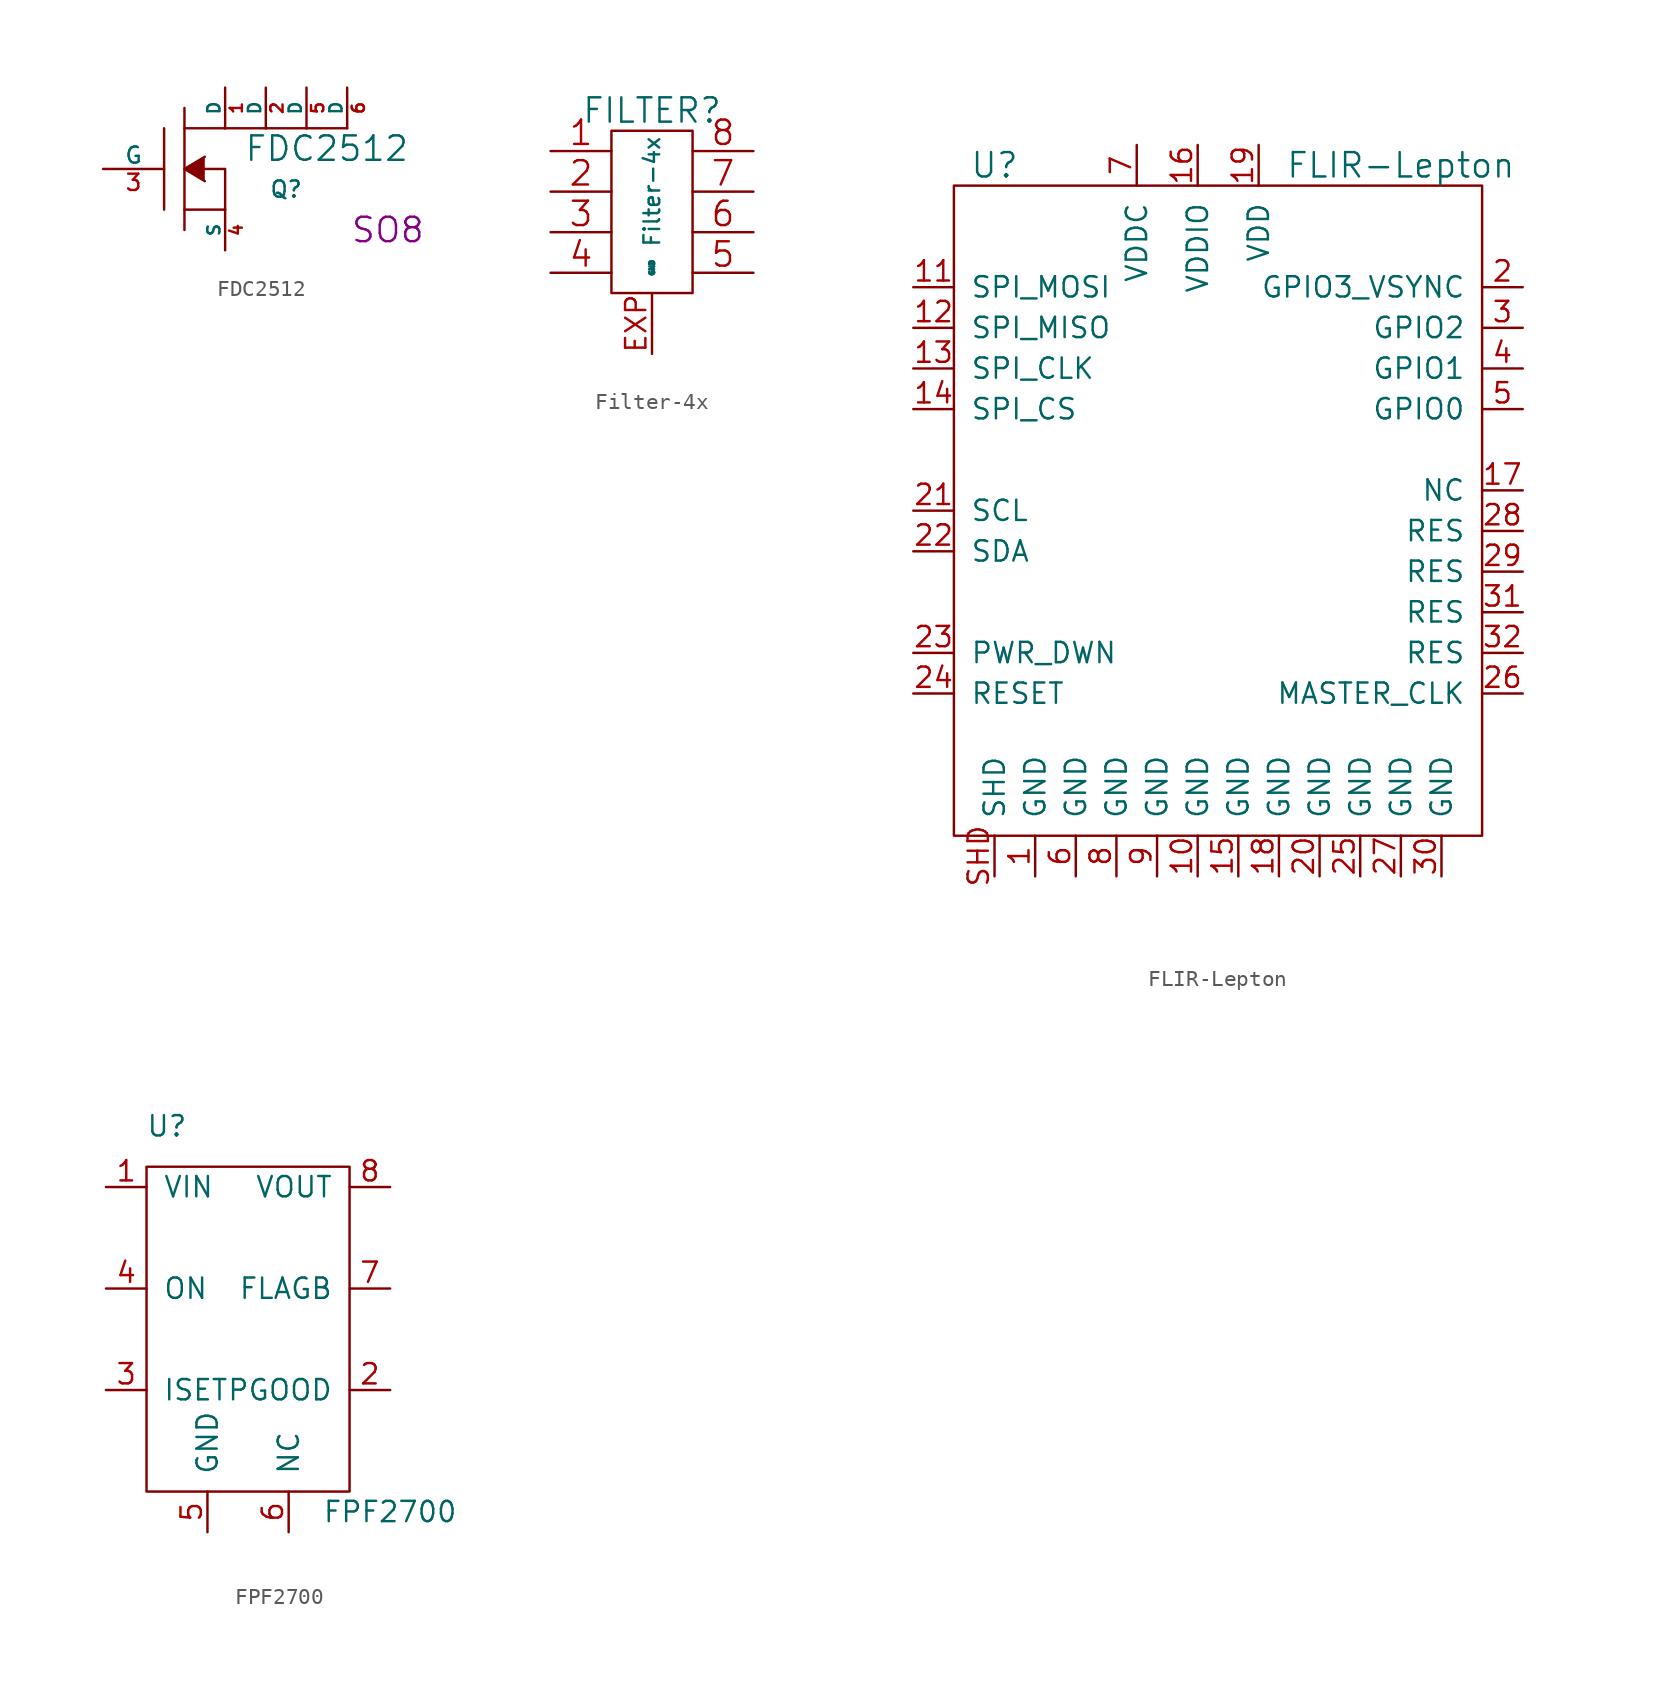
<source format=kicad_sym>
(kicad_symbol_lib
  (version 20211014)
  (generator kicad_symbol_editor)
  (symbol "FDC2512"
    (pin_names
      (offset 0))
    (property "Reference" "Q"
      (at 6.35 -1.27 0)
      (effects (font (size 1.016 1.016))))
    (property "Value" "FDC2512"
      (at 8.89 1.27 0)
      (effects (font (size 1.524 1.524))))
    (property "Footprint" "SO8"
      (at 12.7 -3.81 0)
      (effects (font (size 1.524 1.524))))
    (property "Datasheet" ""
      (at 0 0 0)
      (effects (font (size 1.524 1.524))))
    (symbol "FDC2512_0_1"
      (polyline (pts (xy -1.27 -2.54) (xy -1.27 2.54)) (stroke (width 0) (type default) (color 0 0 0 0)) (fill (type none)))
      (polyline (pts (xy 0 -3.81) (xy 0 3.81)) (stroke (width 0) (type default) (color 0 0 0 0)) (fill (type none)))
      (polyline (pts (xy 2.54 -2.54) (xy 0 -2.54)) (stroke (width 0) (type default) (color 0 0 0 0)) (fill (type none)))
      (polyline (pts (xy 2.54 2.54) (xy 0 2.54)) (stroke (width 0) (type default) (color 0 0 0 0)) (fill (type none)))
      (polyline (pts (xy 1.27 -0.762) (xy 0 0) (xy 1.27 0.762)) (stroke (width 0) (type default) (color 0 0 0 0)) (fill (type outline)))
      (polyline (pts (xy 2.54 -2.54) (xy 2.54 0) (xy 1.27 0)) (stroke (width 0) (type default) (color 0 0 0 0)) (fill (type none)))
      (polyline (pts (xy 2.54 2.54) (xy 5.08 2.54) (xy 5.08 2.54)) (stroke (width 0) (type default) (color 0 0 0 0)) (fill (type none)))
      (polyline (pts (xy 5.08 2.54) (xy 7.62 2.54) (xy 7.62 2.54)) (stroke (width 0) (type default) (color 0 0 0 0)) (fill (type none)))
      (polyline (pts (xy 7.62 2.54) (xy 10.16 2.54) (xy 10.16 2.54)) (stroke (width 0) (type default) (color 0 0 0 0)) (fill (type none))))
    (symbol "FDC2512_1_1"
      (pin passive line (at 2.54 5.08 270) (length 2.54) (name "D" (effects (font (size 0.762 0.762)))) (number "1" (effects (font (size 0.762 0.762)))))
      (pin passive line (at 5.08 5.08 270) (length 2.54) (name "D" (effects (font (size 0.762 0.762)))) (number "2" (effects (font (size 0.762 0.762)))))
      (pin input line (at -5.08 0 0) (length 3.81) (name "G" (effects (font (size 1.016 1.016)))) (number "3" (effects (font (size 1.016 1.016)))))
      (pin passive line (at 2.54 -5.08 90) (length 2.54) (name "S" (effects (font (size 0.762 0.762)))) (number "4" (effects (font (size 0.762 0.762)))))
      (pin passive line (at 7.62 5.08 270) (length 2.54) (name "D" (effects (font (size 0.762 0.762)))) (number "5" (effects (font (size 0.762 0.762)))))
      (pin passive line (at 10.16 5.08 270) (length 2.54) (name "D" (effects (font (size 0.762 0.762)))) (number "6" (effects (font (size 0.762 0.762)))))))
  (symbol "Filter-4x"
    (pin_names
      (offset 1.016))
    (property "Reference" "FILTER"
      (at 0 11.43 0)
      (effects (font (size 1.524 1.524))))
    (property "Value" "Filter-4x"
      (at 0 6.35 90)
      (effects (font (size 0.991 0.991))))
    (property "Footprint" ""
      (at 0 0 0)
      (effects (font (size 1.524 1.524))))
    (property "Datasheet" ""
      (at 0 0 0)
      (effects (font (size 1.524 1.524))))
    (symbol "Filter-4x_0_1"
      (rectangle (start -2.54 10.16) (end 2.54 0) (stroke (width 0) (type default) (color 0 0 0 0)) (fill (type none))))
    (symbol "Filter-4x_1_1"
      (pin input line (at -6.35 8.89 0) (length 3.81) (name "~" (effects (font (size 1.524 1.524)))) (number "1" (effects (font (size 1.524 1.524)))))
      (pin input line (at -6.35 6.35 0) (length 3.81) (name "~" (effects (font (size 1.524 1.524)))) (number "2" (effects (font (size 1.524 1.524)))))
      (pin input line (at -6.35 3.81 0) (length 3.81) (name "~" (effects (font (size 1.524 1.524)))) (number "3" (effects (font (size 1.524 1.524)))))
      (pin input line (at -6.35 1.27 0) (length 3.81) (name "~" (effects (font (size 1.524 1.524)))) (number "4" (effects (font (size 1.524 1.524)))))
      (pin input line (at 6.35 1.27 180) (length 3.81) (name "~" (effects (font (size 1.524 1.524)))) (number "5" (effects (font (size 1.524 1.524)))))
      (pin input line (at 6.35 3.81 180) (length 3.81) (name "~" (effects (font (size 1.524 1.524)))) (number "6" (effects (font (size 1.524 1.524)))))
      (pin input line (at 6.35 6.35 180) (length 3.81) (name "~" (effects (font (size 1.524 1.524)))) (number "7" (effects (font (size 1.524 1.524)))))
      (pin input line (at 6.35 8.89 180) (length 3.81) (name "~" (effects (font (size 1.524 1.524)))) (number "8" (effects (font (size 1.524 1.524)))))
      (pin input line (at 0 -3.81 90) (length 3.81) (name "GND" (effects (font (size 0.305 0.305)))) (number "EXP" (effects (font (size 1.27 1.27)))))))
  (symbol "FLIR-Lepton"
    (pin_names
      (offset 1.016))
    (property "Reference" "U"
      (at -13.97 21.59 0)
      (effects (font (size 1.524 1.524))))
    (property "Value" "FLIR-Lepton"
      (at 11.43 21.59 0)
      (effects (font (size 1.524 1.524))))
    (property "Footprint" ""
      (at 0 5.08 0)
      (effects (font (size 0.508 0.508))))
    (property "Datasheet" ""
      (at 0 5.08 0)
      (effects (font (size 0.508 0.508))))
    (symbol "FLIR-Lepton_0_1"
      (rectangle (start -16.51 20.32) (end 16.51 -20.32) (stroke (width 0) (type default) (color 0 0 0 0)) (fill (type none))))
    (symbol "FLIR-Lepton_1_1"
      (pin passive line (at -11.43 -22.86 90) (length 2.54) (name "GND" (effects (font (size 1.27 1.27)))) (number "1" (effects (font (size 1.27 1.27)))))
      (pin passive line (at -1.27 -22.86 90) (length 2.54) (name "GND" (effects (font (size 1.27 1.27)))) (number "10" (effects (font (size 1.27 1.27)))))
      (pin passive line (at -19.05 13.97 0) (length 2.54) (name "SPI_MOSI" (effects (font (size 1.27 1.27)))) (number "11" (effects (font (size 1.27 1.27)))))
      (pin passive line (at -19.05 11.43 0) (length 2.54) (name "SPI_MISO" (effects (font (size 1.27 1.27)))) (number "12" (effects (font (size 1.27 1.27)))))
      (pin passive line (at -19.05 8.89 0) (length 2.54) (name "SPI_CLK" (effects (font (size 1.27 1.27)))) (number "13" (effects (font (size 1.27 1.27)))))
      (pin passive line (at -19.05 6.35 0) (length 2.54) (name "SPI_CS" (effects (font (size 1.27 1.27)))) (number "14" (effects (font (size 1.27 1.27)))))
      (pin passive line (at 1.27 -22.86 90) (length 2.54) (name "GND" (effects (font (size 1.27 1.27)))) (number "15" (effects (font (size 1.27 1.27)))))
      (pin passive line (at -1.27 22.86 270) (length 2.54) (name "VDDIO" (effects (font (size 1.27 1.27)))) (number "16" (effects (font (size 1.27 1.27)))))
      (pin passive line (at 19.05 1.27 180) (length 2.54) (name "NC" (effects (font (size 1.27 1.27)))) (number "17" (effects (font (size 1.27 1.27)))))
      (pin passive line (at 3.81 -22.86 90) (length 2.54) (name "GND" (effects (font (size 1.27 1.27)))) (number "18" (effects (font (size 1.27 1.27)))))
      (pin passive line (at 2.54 22.86 270) (length 2.54) (name "VDD" (effects (font (size 1.27 1.27)))) (number "19" (effects (font (size 1.27 1.27)))))
      (pin passive line (at 19.05 13.97 180) (length 2.54) (name "GPIO3_VSYNC" (effects (font (size 1.27 1.27)))) (number "2" (effects (font (size 1.27 1.27)))))
      (pin passive line (at 6.35 -22.86 90) (length 2.54) (name "GND" (effects (font (size 1.27 1.27)))) (number "20" (effects (font (size 1.27 1.27)))))
      (pin passive line (at -19.05 0 0) (length 2.54) (name "SCL" (effects (font (size 1.27 1.27)))) (number "21" (effects (font (size 1.27 1.27)))))
      (pin passive line (at -19.05 -2.54 0) (length 2.54) (name "SDA" (effects (font (size 1.27 1.27)))) (number "22" (effects (font (size 1.27 1.27)))))
      (pin passive line (at -19.05 -8.89 0) (length 2.54) (name "PWR_DWN" (effects (font (size 1.27 1.27)))) (number "23" (effects (font (size 1.27 1.27)))))
      (pin passive line (at -19.05 -11.43 0) (length 2.54) (name "RESET" (effects (font (size 1.27 1.27)))) (number "24" (effects (font (size 1.27 1.27)))))
      (pin passive line (at 8.89 -22.86 90) (length 2.54) (name "GND" (effects (font (size 1.27 1.27)))) (number "25" (effects (font (size 1.27 1.27)))))
      (pin passive line (at 19.05 -11.43 180) (length 2.54) (name "MASTER_CLK" (effects (font (size 1.27 1.27)))) (number "26" (effects (font (size 1.27 1.27)))))
      (pin passive line (at 11.43 -22.86 90) (length 2.54) (name "GND" (effects (font (size 1.27 1.27)))) (number "27" (effects (font (size 1.27 1.27)))))
      (pin passive line (at 19.05 -1.27 180) (length 2.54) (name "RES" (effects (font (size 1.27 1.27)))) (number "28" (effects (font (size 1.27 1.27)))))
      (pin passive line (at 19.05 -3.81 180) (length 2.54) (name "RES" (effects (font (size 1.27 1.27)))) (number "29" (effects (font (size 1.27 1.27)))))
      (pin passive line (at 19.05 11.43 180) (length 2.54) (name "GPIO2" (effects (font (size 1.27 1.27)))) (number "3" (effects (font (size 1.27 1.27)))))
      (pin passive line (at 13.97 -22.86 90) (length 2.54) (name "GND" (effects (font (size 1.27 1.27)))) (number "30" (effects (font (size 1.27 1.27)))))
      (pin passive line (at 19.05 -6.35 180) (length 2.54) (name "RES" (effects (font (size 1.27 1.27)))) (number "31" (effects (font (size 1.27 1.27)))))
      (pin passive line (at 19.05 -8.89 180) (length 2.54) (name "RES" (effects (font (size 1.27 1.27)))) (number "32" (effects (font (size 1.27 1.27)))))
      (pin passive line (at 19.05 8.89 180) (length 2.54) (name "GPIO1" (effects (font (size 1.27 1.27)))) (number "4" (effects (font (size 1.27 1.27)))))
      (pin passive line (at 19.05 6.35 180) (length 2.54) (name "GPIO0" (effects (font (size 1.27 1.27)))) (number "5" (effects (font (size 1.27 1.27)))))
      (pin passive line (at -8.89 -22.86 90) (length 2.54) (name "GND" (effects (font (size 1.27 1.27)))) (number "6" (effects (font (size 1.27 1.27)))))
      (pin passive line (at -5.08 22.86 270) (length 2.54) (name "VDDC" (effects (font (size 1.27 1.27)))) (number "7" (effects (font (size 1.27 1.27)))))
      (pin passive line (at -6.35 -22.86 90) (length 2.54) (name "GND" (effects (font (size 1.27 1.27)))) (number "8" (effects (font (size 1.27 1.27)))))
      (pin passive line (at -3.81 -22.86 90) (length 2.54) (name "GND" (effects (font (size 1.27 1.27)))) (number "9" (effects (font (size 1.27 1.27)))))
      (pin passive line (at -13.97 -22.86 90) (length 2.54) (name "SHD" (effects (font (size 1.27 1.27)))) (number "SHD" (effects (font (size 1.27 1.27)))))))
  (symbol "FPF2700"
    (pin_names
      (offset 1.016))
    (property "Reference" "U"
      (at -5.08 10.16 0)
      (effects (font (size 1.27 1.27))))
    (property "Value" "FPF2700"
      (at 8.89 -13.97 0)
      (effects (font (size 1.27 1.27))))
    (symbol "FPF2700_0_1"
      (rectangle (start -6.35 7.62) (end 6.35 -12.7) (stroke (width 0) (type default) (color 0 0 0 0)) (fill (type none))))
    (symbol "FPF2700_1_1"
      (pin passive line (at -8.89 6.35 0) (length 2.54) (name "VIN" (effects (font (size 1.27 1.27)))) (number "1" (effects (font (size 1.27 1.27)))))
      (pin passive line (at 8.89 -6.35 180) (length 2.54) (name "PGOOD" (effects (font (size 1.27 1.27)))) (number "2" (effects (font (size 1.27 1.27)))))
      (pin passive line (at -8.89 -6.35 0) (length 2.54) (name "ISET" (effects (font (size 1.27 1.27)))) (number "3" (effects (font (size 1.27 1.27)))))
      (pin passive line (at -8.89 0 0) (length 2.54) (name "ON" (effects (font (size 1.27 1.27)))) (number "4" (effects (font (size 1.27 1.27)))))
      (pin passive line (at -2.54 -15.24 90) (length 2.54) (name "GND" (effects (font (size 1.27 1.27)))) (number "5" (effects (font (size 1.27 1.27)))))
      (pin passive line (at 2.54 -15.24 90) (length 2.54) (name "NC" (effects (font (size 1.27 1.27)))) (number "6" (effects (font (size 1.27 1.27)))))
      (pin passive line (at 8.89 0 180) (length 2.54) (name "FLAGB" (effects (font (size 1.27 1.27)))) (number "7" (effects (font (size 1.27 1.27)))))
      (pin passive line (at 8.89 6.35 180) (length 2.54) (name "VOUT" (effects (font (size 1.27 1.27)))) (number "8" (effects (font (size 1.27 1.27))))))))
</source>
